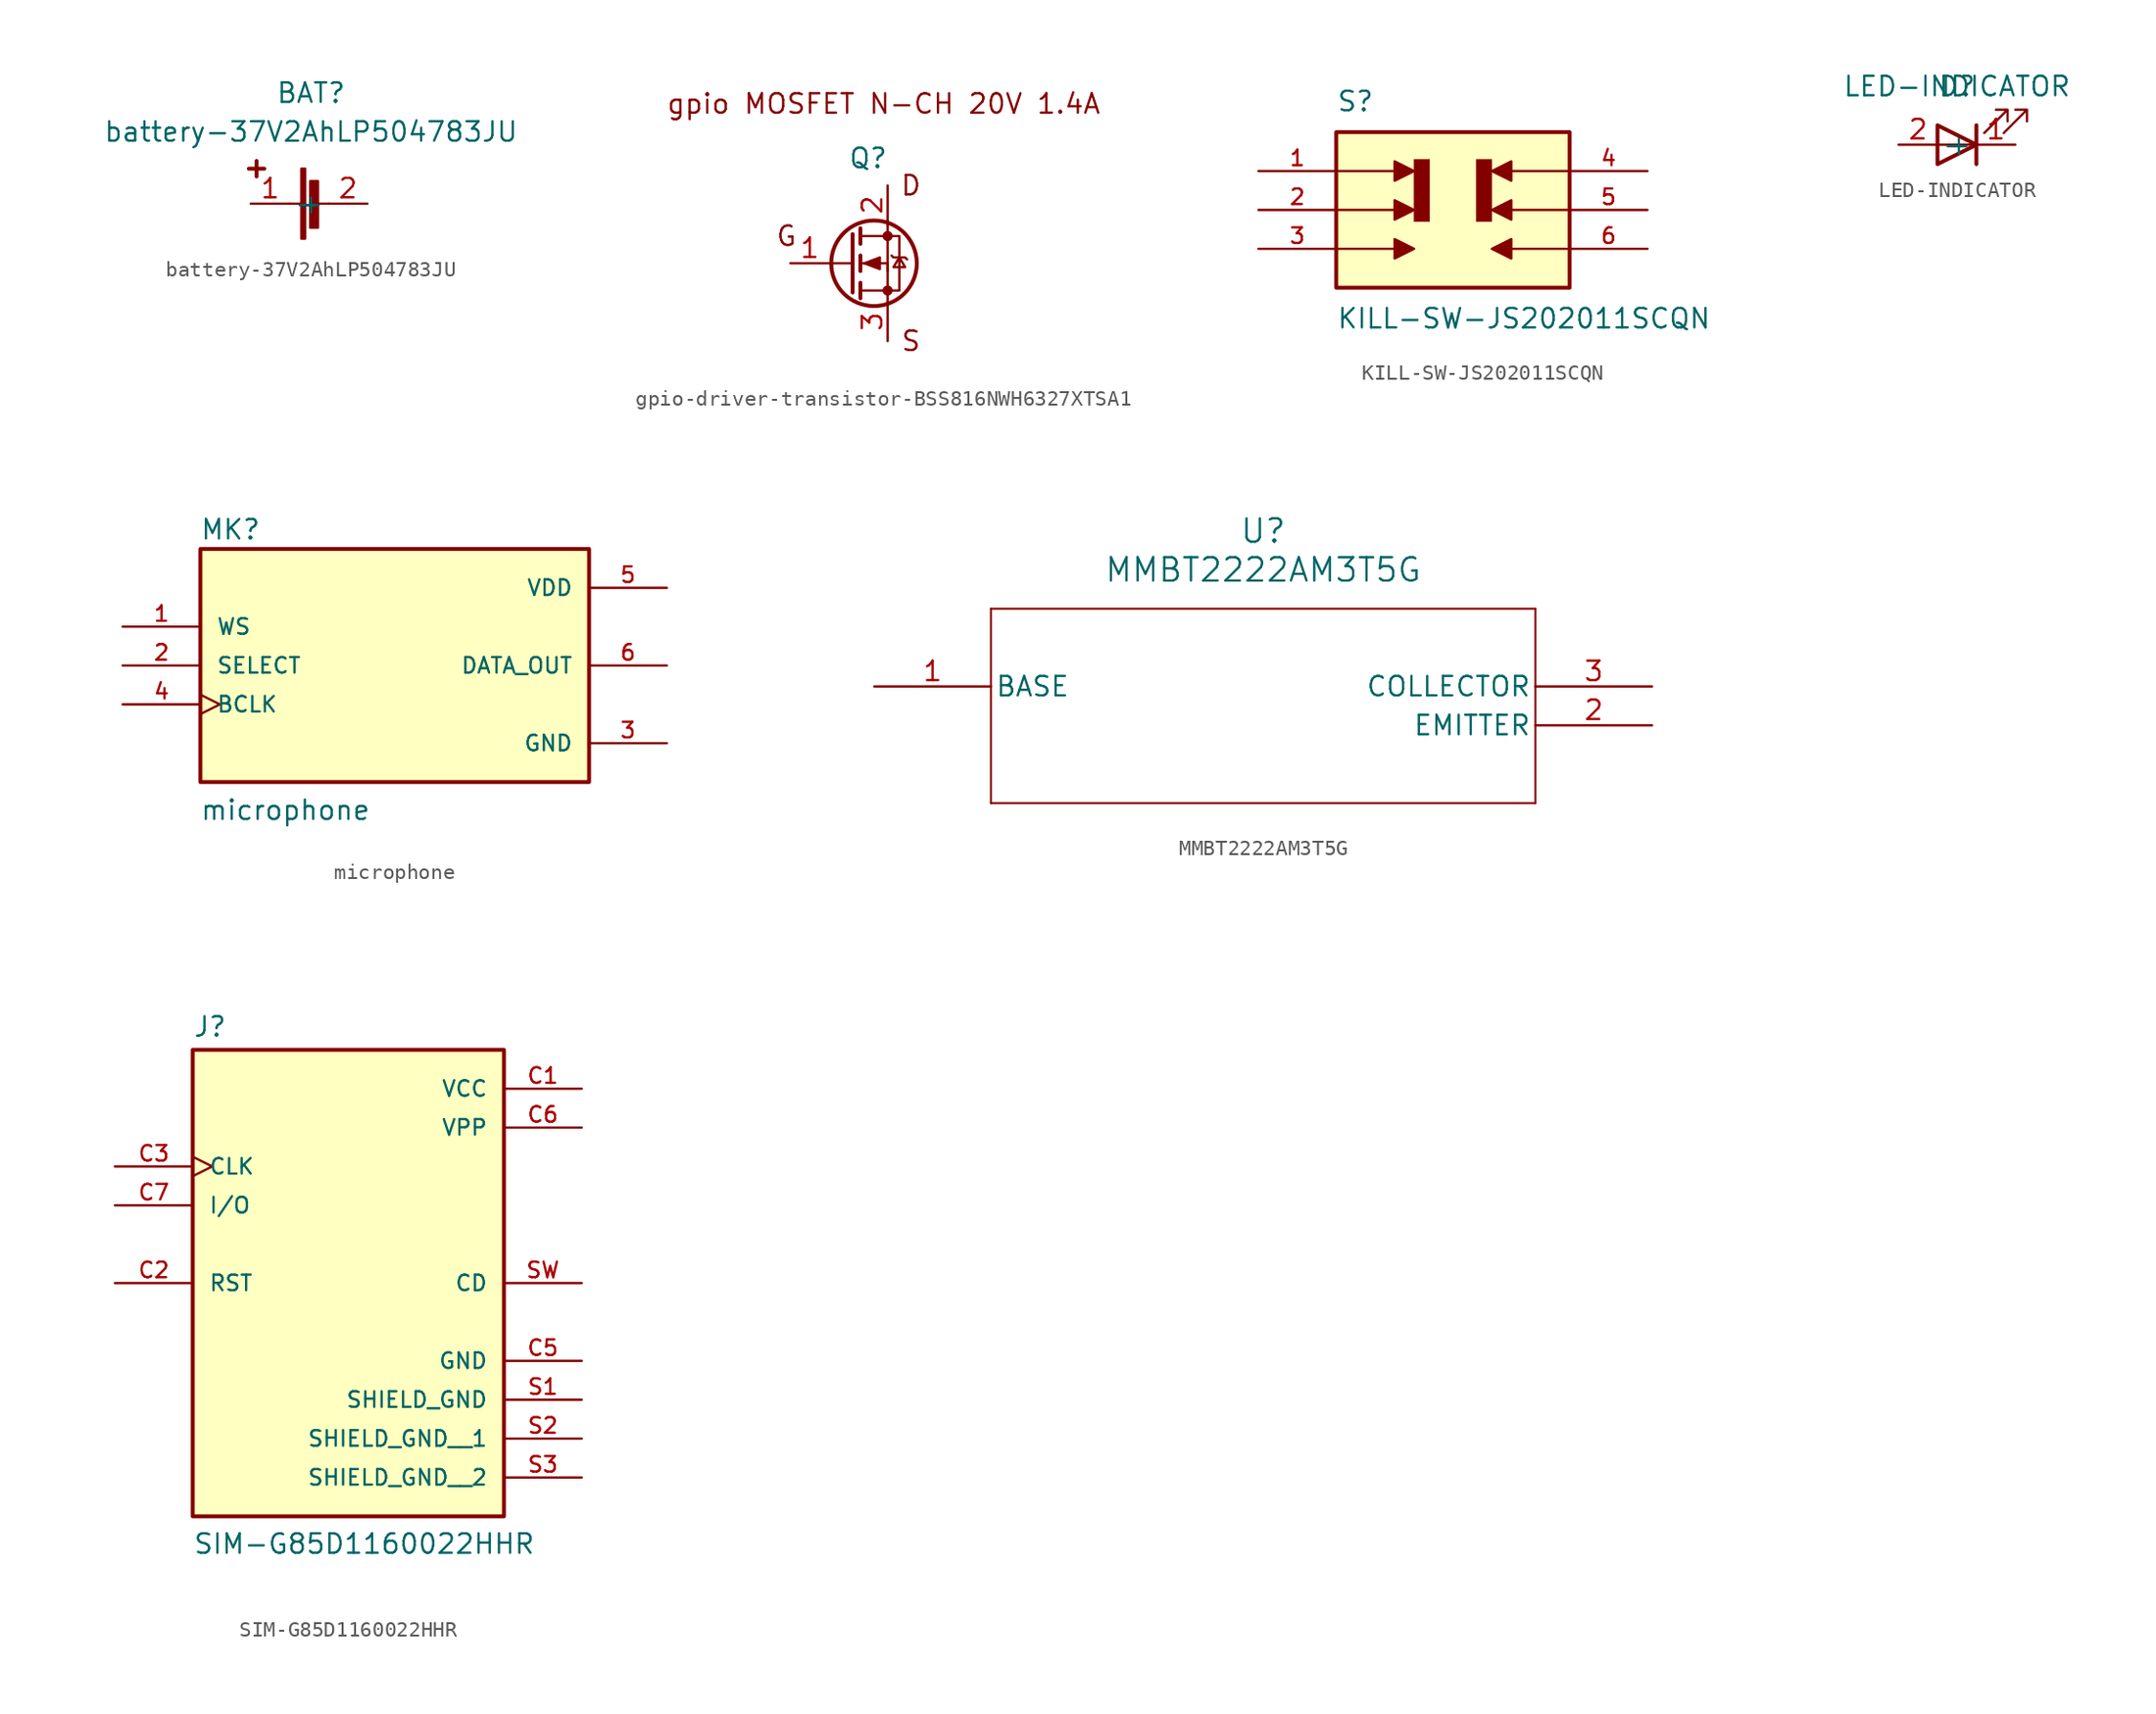
<source format=kicad_sym>
(kicad_symbol_lib
  (version 20241209)
  (generator "kicad_symbol_editor")
  (generator_version "9.0")
  (symbol "battery-37V2AhLP504783JU"
    (property "Reference" "BAT"
      (at 0 3.81 0)
      (effects (font (size 1.27 1.27))))
    (property "Value" "battery-37V2AhLP504783JU"
      (at 0 1.27 0)
      (effects (font (size 1.27 1.27))))
    (symbol "battery-37V2AhLP504783JU_0_1"
      (polyline (pts (xy -4.064 -1.143) (xy -3.048 -1.143)) (stroke (width 0.254) (type default)) (fill (type none)))
      (polyline (pts (xy -3.556 -1.651) (xy -3.556 -0.635)) (stroke (width 0.254) (type default)) (fill (type none)))
      (polyline (pts (xy -0.635 -3.429) (xy -1.397 -3.429)) (stroke (width 0) (type default)) (fill (type none)))
      (rectangle (start -0.635 -5.715) (end -0.381 -1.143) (stroke (width 0) (type default)) (fill (type outline)))
      (rectangle (start -0.051 -5.004) (end 0.457 -1.956) (stroke (width 0) (type default)) (fill (type outline)))
      (polyline (pts (xy 0.381 -3.429) (xy 1.143 -3.429)) (stroke (width 0) (type default)) (fill (type none))))
    (symbol "battery-37V2AhLP504783JU_1_1"
      (pin passive line (at -3.937 -3.429 0) (length 2.54) (name "+" (effects (font (size 1.27 1.27)))) (number "1" (effects (font (size 1.27 1.27)))))
      (pin passive line (at 3.683 -3.429 180) (length 2.54) (name "-" (effects (font (size 1.27 1.27)))) (number "2" (effects (font (size 1.27 1.27)))))))
  (symbol "gpio-driver-transistor-BSS816NWH6327XTSA1"
    (pin_names
      (hide yes))
    (property "Reference" "Q"
      (at -1.27 3.048 0)
      (effects (font (size 1.27 1.27))))
    (property "Value" ""
      (at 0 0 0)
      (effects (font (size 1.27 1.27))))
    (symbol "gpio-driver-transistor-BSS816NWH6327XTSA1_0_1"
      (polyline (pts (xy -2.286 -1.905) (xy -2.286 -5.715)) (stroke (width 0.254) (type default)) (fill (type none)))
      (polyline (pts (xy -2.286 -3.81) (xy -3.556 -3.81)) (stroke (width 0) (type default)) (fill (type none)))
      (polyline (pts (xy -1.778 -1.524) (xy -1.778 -2.54)) (stroke (width 0.254) (type default)) (fill (type none)))
      (polyline (pts (xy -1.778 -3.302) (xy -1.778 -4.318)) (stroke (width 0.254) (type default)) (fill (type none)))
      (polyline (pts (xy -1.778 -5.08) (xy -1.778 -6.096)) (stroke (width 0.254) (type default)) (fill (type none)))
      (polyline (pts (xy -1.778 -5.588) (xy 0.762 -5.588) (xy 0.762 -2.032) (xy -1.778 -2.032)) (stroke (width 0) (type default)) (fill (type none)))
      (polyline (pts (xy -1.524 -3.81) (xy -0.508 -3.429) (xy -0.508 -4.191) (xy -1.524 -3.81)) (stroke (width 0) (type default)) (fill (type outline)))
      (circle (center -0.889 -3.81) (radius 2.794) (stroke (width 0.254) (type default)) (fill (type none)))
      (polyline (pts (xy 0 -1.016) (xy 0 -4.318)) (stroke (width 0) (type default)) (fill (type none)))
      (circle (center 0 -2.032) (radius 0.254) (stroke (width 0) (type default)) (fill (type outline)))
      (circle (center 0 -5.588) (radius 0.254) (stroke (width 0) (type default)) (fill (type outline)))
      (polyline (pts (xy 0 -6.35) (xy 0 -3.81) (xy -1.778 -3.81)) (stroke (width 0) (type default)) (fill (type none)))
      (polyline (pts (xy 0.254 -3.302) (xy 0.381 -3.429) (xy 1.143 -3.429) (xy 1.27 -3.556)) (stroke (width 0) (type default)) (fill (type none)))
      (polyline (pts (xy 0.762 -3.429) (xy 0.381 -4.064) (xy 1.143 -4.064) (xy 0.762 -3.429)) (stroke (width 0) (type default)) (fill (type none))))
    (symbol "gpio-driver-transistor-BSS816NWH6327XTSA1_1_1"
      (text "G" (at -6.604 -2.032 0) (effects (font (size 1.27 1.27))))
      (text "gpio MOSFET N-CH 20V 1.4A" (at -0.254 6.604 0) (effects (font (size 1.27 1.27))))
      (text "D" (at 1.524 1.27 0) (effects (font (size 1.27 1.27))))
      (text "S" (at 1.524 -8.89 0) (effects (font (size 1.27 1.27))))
      (pin input line (at -6.35 -3.81 0) (length 2.54) (name "G" (effects (font (size 1.27 1.27)))) (number "1" (effects (font (size 1.27 1.27)))))
      (pin output line (at 0 1.27 270) (length 2.54) (name "D" (effects (font (size 1.27 1.27)))) (number "2" (effects (font (size 1.27 1.27)))))
      (pin input line (at 0 -8.89 90) (length 2.54) (name "S" (effects (font (size 1.27 1.27)))) (number "3" (effects (font (size 1.27 1.27)))))))
  (symbol "KILL-SW-JS202011SCQN"
    (pin_names
      (offset 1.016))
    (property "Reference" "S"
      (at -7.62 6.35 0)
      (effects (font (size 1.27 1.27)) (justify left bottom)))
    (property "Value" "KILL-SW-JS202011SCQN"
      (at -7.62 -6.35 0)
      (effects (font (size 1.27 1.27)) (justify left top)))
    (symbol "KILL-SW-JS202011SCQN_0_0"
      (polyline (pts (xy -7.62 2.54) (xy -3.81 2.54)) (stroke (width 0.152) (type default)) (fill (type none)))
      (polyline (pts (xy -7.62 0) (xy -3.81 0)) (stroke (width 0.152) (type default)) (fill (type none)))
      (polyline (pts (xy -7.62 -2.54) (xy -3.81 -2.54)) (stroke (width 0.152) (type default)) (fill (type none)))
      (rectangle (start -7.62 -5.08) (end 7.62 5.08) (stroke (width 0.254) (type default)) (fill (type background)))
      (polyline (pts (xy -3.81 3.175) (xy -3.81 1.905) (xy -2.54 2.54) (xy -3.81 3.175)) (stroke (width 0.152) (type default)) (fill (type outline)))
      (polyline (pts (xy -3.81 0.635) (xy -3.81 -0.635) (xy -2.54 0) (xy -3.81 0.635)) (stroke (width 0.152) (type default)) (fill (type outline)))
      (polyline (pts (xy -3.81 -1.905) (xy -3.81 -3.175) (xy -2.54 -2.54) (xy -3.81 -1.905)) (stroke (width 0.152) (type default)) (fill (type outline)))
      (polyline (pts (xy -2.54 3.302) (xy -2.54 -0.762) (xy -1.524 -0.762) (xy -1.524 3.302) (xy -2.54 3.302)) (stroke (width 0.025) (type default)) (fill (type outline)))
      (polyline (pts (xy 1.524 3.302) (xy 1.524 -0.762) (xy 2.54 -0.762) (xy 2.54 3.302) (xy 1.524 3.302)) (stroke (width 0.025) (type default)) (fill (type outline)))
      (polyline (pts (xy 3.81 1.905) (xy 3.81 3.175) (xy 2.54 2.54) (xy 3.81 1.905)) (stroke (width 0.152) (type default)) (fill (type outline)))
      (polyline (pts (xy 3.81 -0.635) (xy 3.81 0.635) (xy 2.54 0) (xy 3.81 -0.635)) (stroke (width 0.152) (type default)) (fill (type outline)))
      (polyline (pts (xy 3.81 -3.175) (xy 3.81 -1.905) (xy 2.54 -2.54) (xy 3.81 -3.175)) (stroke (width 0.152) (type default)) (fill (type outline)))
      (polyline (pts (xy 7.62 2.54) (xy 3.81 2.54)) (stroke (width 0.152) (type default)) (fill (type none)))
      (polyline (pts (xy 7.62 0) (xy 3.81 0)) (stroke (width 0.152) (type default)) (fill (type none)))
      (polyline (pts (xy 7.62 -2.54) (xy 3.81 -2.54)) (stroke (width 0.152) (type default)) (fill (type none)))
      (pin passive line (at -12.7 2.54 0) (length 5.08) (name "~" (effects (font (size 1.016 1.016)))) (number "1" (effects (font (size 1.016 1.016)))))
      (pin passive line (at -12.7 0 0) (length 5.08) (name "~" (effects (font (size 1.016 1.016)))) (number "2" (effects (font (size 1.016 1.016)))))
      (pin passive line (at -12.7 -2.54 0) (length 5.08) (name "~" (effects (font (size 1.016 1.016)))) (number "3" (effects (font (size 1.016 1.016)))))
      (pin passive line (at 12.7 2.54 180) (length 5.08) (name "~" (effects (font (size 1.016 1.016)))) (number "4" (effects (font (size 1.016 1.016)))))
      (pin passive line (at 12.7 0 180) (length 5.08) (name "~" (effects (font (size 1.016 1.016)))) (number "5" (effects (font (size 1.016 1.016)))))
      (pin passive line (at 12.7 -2.54 180) (length 5.08) (name "~" (effects (font (size 1.016 1.016)))) (number "6" (effects (font (size 1.016 1.016)))))))
  (symbol "LED-INDICATOR"
    (property "Reference" "D"
      (at 0 0 0)
      (effects (font (size 1.27 1.27))))
    (property "Value" "LED-INDICATOR"
      (at 0 0 0)
      (effects (font (size 1.27 1.27))))
    (symbol "LED-INDICATOR_0_1"
      (polyline (pts (xy -1.27 -2.54) (xy -1.27 -5.08) (xy 1.27 -3.81) (xy -1.27 -2.54)) (stroke (width 0.254) (type default)) (fill (type none)))
      (polyline (pts (xy 1.27 -2.54) (xy 1.27 -5.08)) (stroke (width 0.254) (type default)) (fill (type none)))
      (polyline (pts (xy 1.27 -3.81) (xy -1.27 -3.81)) (stroke (width 0) (type default)) (fill (type none)))
      (polyline (pts (xy 1.778 -3.048) (xy 3.302 -1.524) (xy 2.54 -1.524) (xy 3.302 -1.524) (xy 3.302 -2.286)) (stroke (width 0) (type default)) (fill (type none)))
      (polyline (pts (xy 3.048 -3.048) (xy 4.572 -1.524) (xy 3.81 -1.524) (xy 4.572 -1.524) (xy 4.572 -2.286)) (stroke (width 0) (type default)) (fill (type none))))
    (symbol "LED-INDICATOR_1_1"
      (pin power_in line (at -3.81 -3.81 0) (length 2.54) (name "+" (effects (font (size 1.27 1.27)))) (number "2" (effects (font (size 1.27 1.27)))))
      (pin power_in line (at 3.81 -3.81 180) (length 2.54) (name "-" (effects (font (size 1.27 1.27)))) (number "1" (effects (font (size 1.27 1.27)))))))
  (symbol "microphone"
    (pin_names
      (offset 1.016))
    (property "Reference" "MK"
      (at -12.74 8.147 0)
      (effects (font (size 1.27 1.27)) (justify left bottom)))
    (property "Value" "microphone"
      (at -12.747 -10.193 0)
      (effects (font (size 1.27 1.27)) (justify left bottom)))
    (symbol "microphone_0_0"
      (rectangle (start -12.7 -7.62) (end 12.7 7.62) (stroke (width 0.254) (type default)) (fill (type background)))
      (pin input line (at -17.78 2.54 0) (length 5.08) (name "WS" (effects (font (size 1.016 1.016)))) (number "1" (effects (font (size 1.016 1.016)))))
      (pin input line (at -17.78 0 0) (length 5.08) (name "SELECT" (effects (font (size 1.016 1.016)))) (number "2" (effects (font (size 1.016 1.016)))))
      (pin input clock (at -17.78 -2.54 0) (length 5.08) (name "BCLK" (effects (font (size 1.016 1.016)))) (number "4" (effects (font (size 1.016 1.016)))))
      (pin power_in line (at 17.78 5.08 180) (length 5.08) (name "VDD" (effects (font (size 1.016 1.016)))) (number "5" (effects (font (size 1.016 1.016)))))
      (pin output line (at 17.78 0 180) (length 5.08) (name "DATA_OUT" (effects (font (size 1.016 1.016)))) (number "6" (effects (font (size 1.016 1.016)))))
      (pin power_in line (at 17.78 -5.08 180) (length 5.08) (name "GND" (effects (font (size 1.016 1.016)))) (number "3" (effects (font (size 1.016 1.016)))))))
  (symbol "MMBT2222AM3T5G"
    (pin_names
      (offset 0.254))
    (property "Reference" "U"
      (at 25.4 10.16 0)
      (effects (font (size 1.524 1.524))))
    (property "Value" "MMBT2222AM3T5G"
      (at 25.4 7.62 0)
      (effects (font (size 1.524 1.524))))
    (symbol "MMBT2222AM3T5G_0_1"
      (polyline (pts (xy 7.62 5.08) (xy 7.62 -7.62)) (stroke (width 0.127) (type default)) (fill (type none)))
      (polyline (pts (xy 7.62 -7.62) (xy 43.18 -7.62)) (stroke (width 0.127) (type default)) (fill (type none)))
      (polyline (pts (xy 43.18 5.08) (xy 7.62 5.08)) (stroke (width 0.127) (type default)) (fill (type none)))
      (polyline (pts (xy 43.18 -7.62) (xy 43.18 5.08)) (stroke (width 0.127) (type default)) (fill (type none)))
      (pin unspecified line (at 0 0 0) (length 7.62) (name "BASE" (effects (font (size 1.27 1.27)))) (number "1" (effects (font (size 1.27 1.27)))))
      (pin unspecified line (at 50.8 0 180) (length 7.62) (name "COLLECTOR" (effects (font (size 1.27 1.27)))) (number "3" (effects (font (size 1.27 1.27)))))
      (pin unspecified line (at 50.8 -2.54 180) (length 7.62) (name "EMITTER" (effects (font (size 1.27 1.27)))) (number "2" (effects (font (size 1.27 1.27)))))))
  (symbol "SIM-G85D1160022HHR"
    (pin_names
      (offset 1.016))
    (property "Reference" "J"
      (at -10.16 13.462 0)
      (effects (font (size 1.27 1.27)) (justify left bottom)))
    (property "Value" "SIM-G85D1160022HHR"
      (at -10.16 -20.32 0)
      (effects (font (size 1.27 1.27)) (justify left bottom)))
    (symbol "SIM-G85D1160022HHR_0_0"
      (rectangle (start -10.16 -17.78) (end 10.16 12.7) (stroke (width 0.254) (type default)) (fill (type background)))
      (pin input clock (at -15.24 5.08 0) (length 5.08) (name "CLK" (effects (font (size 1.016 1.016)))) (number "C3" (effects (font (size 1.016 1.016)))))
      (pin bidirectional line (at -15.24 2.54 0) (length 5.08) (name "I/O" (effects (font (size 1.016 1.016)))) (number "C7" (effects (font (size 1.016 1.016)))))
      (pin input line (at -15.24 -2.54 0) (length 5.08) (name "RST" (effects (font (size 1.016 1.016)))) (number "C2" (effects (font (size 1.016 1.016)))))
      (pin power_in line (at 15.24 10.16 180) (length 5.08) (name "VCC" (effects (font (size 1.016 1.016)))) (number "C1" (effects (font (size 1.016 1.016)))))
      (pin passive line (at 15.24 7.62 180) (length 5.08) (name "VPP" (effects (font (size 1.016 1.016)))) (number "C6" (effects (font (size 1.016 1.016)))))
      (pin passive line (at 15.24 -2.54 180) (length 5.08) (name "CD" (effects (font (size 1.016 1.016)))) (number "SW" (effects (font (size 1.016 1.016)))))
      (pin power_in line (at 15.24 -7.62 180) (length 5.08) (name "GND" (effects (font (size 1.016 1.016)))) (number "C5" (effects (font (size 1.016 1.016)))))
      (pin power_in line (at 15.24 -10.16 180) (length 5.08) (name "SHIELD_GND" (effects (font (size 1.016 1.016)))) (number "S1" (effects (font (size 1.016 1.016)))))
      (pin power_in line (at 15.24 -12.7 180) (length 5.08) (name "SHIELD_GND__1" (effects (font (size 1.016 1.016)))) (number "S2" (effects (font (size 1.016 1.016)))))
      (pin power_in line (at 15.24 -15.24 180) (length 5.08) (name "SHIELD_GND__2" (effects (font (size 1.016 1.016)))) (number "S3" (effects (font (size 1.016 1.016))))))))
</source>
